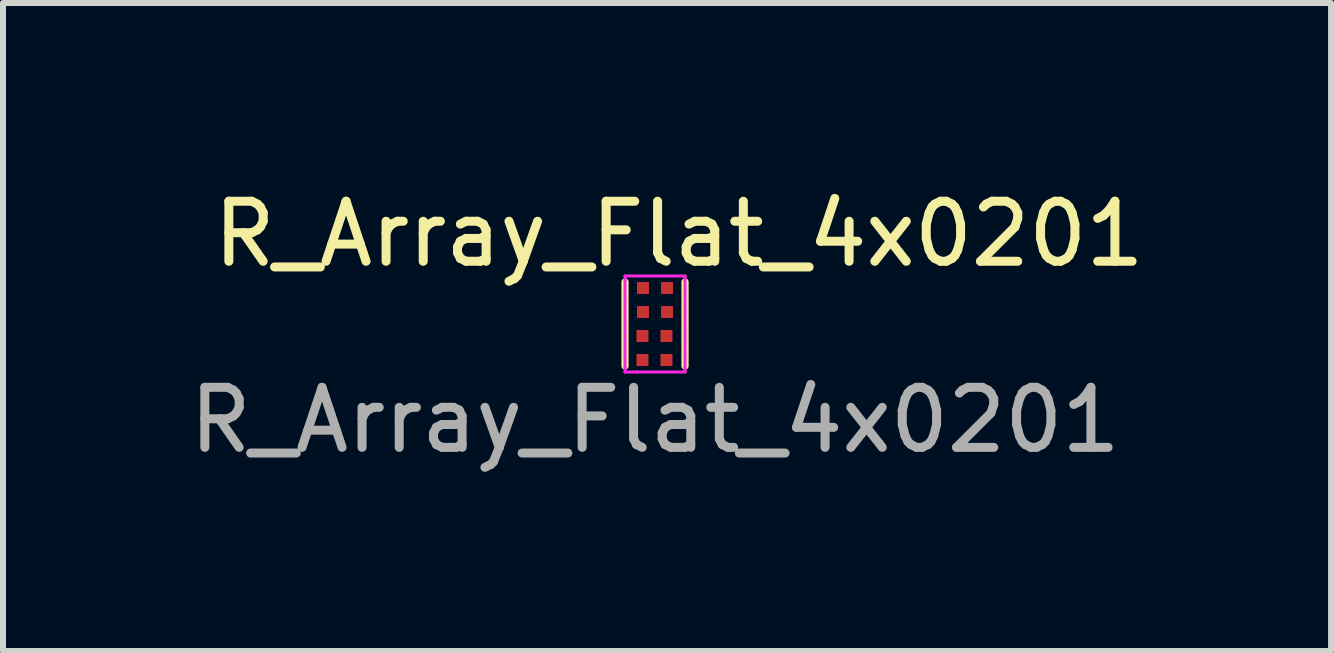
<source format=kicad_pcb>
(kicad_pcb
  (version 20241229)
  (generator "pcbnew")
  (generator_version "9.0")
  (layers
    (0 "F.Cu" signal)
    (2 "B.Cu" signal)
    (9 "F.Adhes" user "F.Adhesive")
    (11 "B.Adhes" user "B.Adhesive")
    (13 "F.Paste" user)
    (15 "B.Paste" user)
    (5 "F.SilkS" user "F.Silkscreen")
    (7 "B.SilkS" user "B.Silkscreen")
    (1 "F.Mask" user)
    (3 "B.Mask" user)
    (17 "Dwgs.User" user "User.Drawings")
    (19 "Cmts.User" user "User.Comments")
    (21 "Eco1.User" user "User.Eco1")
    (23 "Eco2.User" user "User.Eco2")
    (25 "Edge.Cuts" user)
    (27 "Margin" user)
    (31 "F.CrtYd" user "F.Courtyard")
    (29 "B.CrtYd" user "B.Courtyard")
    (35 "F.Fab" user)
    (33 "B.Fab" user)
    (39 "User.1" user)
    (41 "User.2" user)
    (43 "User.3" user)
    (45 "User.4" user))
  (footprint "R_Array_Flat_4x0201"
    (layer "F.Cu")
    (at 7.863 2.348)
    (property "Reference" "R_Array_Flat_4x0201" (at 0.4 -1.5 0) (unlocked yes) (layer "F.SilkS") (effects (font (size 1 1) (thickness 0.15))))
    (attr smd)
    (fp_line (start -0.5 -0.7) (end -0.5 0.7) (stroke (width 0.12) (type default)) (layer "F.SilkS"))
    (fp_line (start 0.5 -0.7) (end 0.5 0.7) (stroke (width 0.12) (type default)) (layer "F.SilkS"))
    (fp_line (start -0.5 -0.8) (end -0.5 0.8) (stroke (width 0.05) (type default)) (layer "F.CrtYd"))
    (fp_line (start -0.5 0.8) (end -0.3 0.8) (stroke (width 0.05) (type default)) (layer "F.CrtYd"))
    (fp_line (start -0.3 0.8) (end 0.5 0.8) (stroke (width 0.05) (type default)) (layer "F.CrtYd"))
    (fp_line (start 0.5 -0.8) (end -0.5 -0.8) (stroke (width 0.05) (type default)) (layer "F.CrtYd"))
    (fp_line (start 0.5 0.8) (end 0.5 -0.8) (stroke (width 0.05) (type default)) (layer "F.CrtYd"))
    (fp_text user "${REFERENCE}" (at 0 1.6 0) (unlocked yes) (layer "F.Fab") (effects (font (size 1 1) (thickness 0.15))))
    (pad "1" smd rect (at -0.2 -0.6) (size 0.2 0.2) (layers "F.Cu" "F.Mask" "F.Paste"))
    (pad "2" smd rect (at -0.2 -0.2) (size 0.2 0.2) (layers "F.Cu" "F.Mask" "F.Paste"))
    (pad "3" smd rect (at -0.21 0.2) (size 0.2 0.2) (layers "F.Cu" "F.Mask" "F.Paste"))
    (pad "4" smd rect (at -0.21 0.6) (size 0.2 0.2) (layers "F.Cu" "F.Mask" "F.Paste"))
    (pad "5" smd rect (at 0.19 0.6) (size 0.2 0.2) (layers "F.Cu" "F.Mask" "F.Paste"))
    (pad "6" smd rect (at 0.19 0.2) (size 0.2 0.2) (layers "F.Cu" "F.Mask" "F.Paste"))
    (pad "7" smd rect (at 0.2 -0.2) (size 0.2 0.2) (layers "F.Cu" "F.Mask" "F.Paste"))
    (pad "8" smd rect (at 0.2 -0.6) (size 0.2 0.2) (layers "F.Cu" "F.Mask" "F.Paste")))
  (gr_rect
    (start -3 -3)
    (end 19.126 7.796)
    (stroke (width 0.1) (type default))
    (fill no)
    (layer "Edge.Cuts")))
</source>
